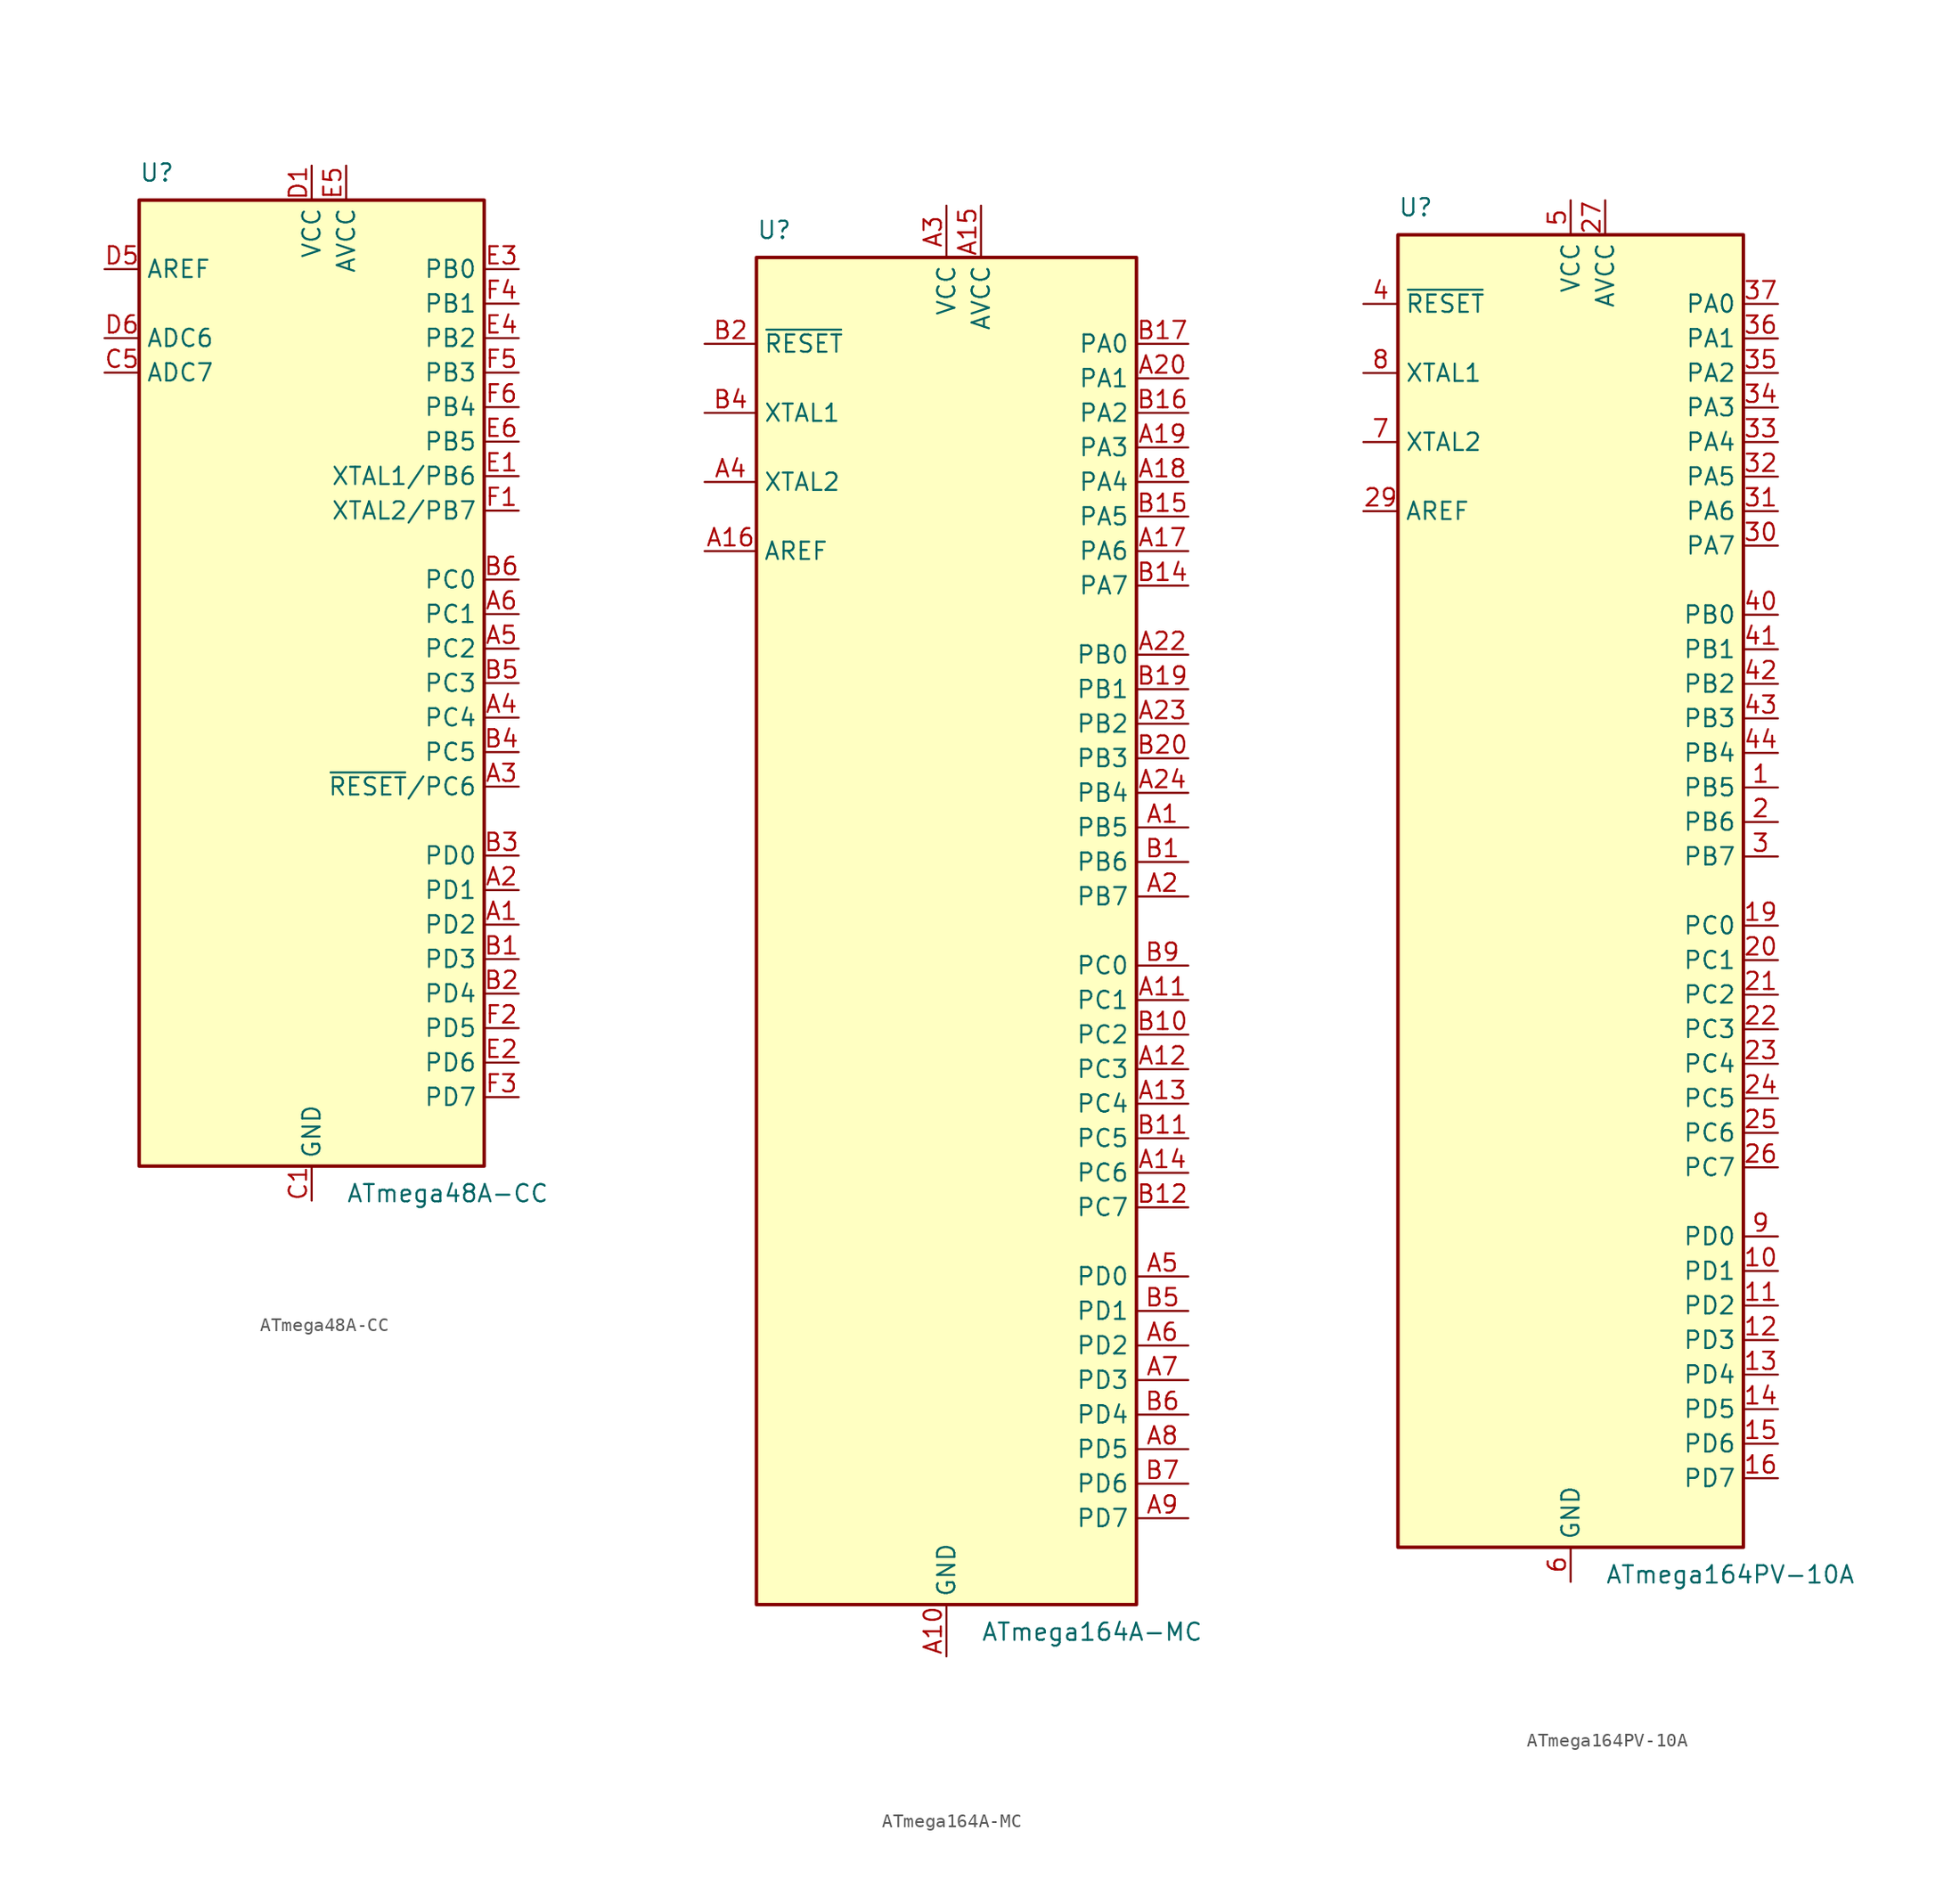
<source format=kicad_sym>
(kicad_symbol_lib
  (version 20211014)
  (generator kicad_symbol_editor)
  (symbol "ATmega48A-CC"
    (property "Reference" "U"
      (at -12.7 36.83 0)
      (effects (font (size 1.27 1.27)) (justify left bottom)))
    (property "Value" "ATmega48A-CC"
      (at 2.54 -36.83 0)
      (effects (font (size 1.27 1.27)) (justify left top)))
    (symbol "ATmega48A-CC_0_1"
      (rectangle (start -12.7 -35.56) (end 12.7 35.56) (stroke (width 0.254) (type default) (color 0 0 0 0)) (fill (type background))))
    (symbol "ATmega48A-CC_1_1"
      (pin bidirectional line (at 15.24 -17.78 180) (length 2.54) (name "PD2" (effects (font (size 1.27 1.27)))) (number "A1" (effects (font (size 1.27 1.27)))))
      (pin bidirectional line (at 15.24 -15.24 180) (length 2.54) (name "PD1" (effects (font (size 1.27 1.27)))) (number "A2" (effects (font (size 1.27 1.27)))))
      (pin bidirectional line (at 15.24 -7.62 180) (length 2.54) (name "~{RESET}/PC6" (effects (font (size 1.27 1.27)))) (number "A3" (effects (font (size 1.27 1.27)))))
      (pin bidirectional line (at 15.24 -2.54 180) (length 2.54) (name "PC4" (effects (font (size 1.27 1.27)))) (number "A4" (effects (font (size 1.27 1.27)))))
      (pin bidirectional line (at 15.24 2.54 180) (length 2.54) (name "PC2" (effects (font (size 1.27 1.27)))) (number "A5" (effects (font (size 1.27 1.27)))))
      (pin bidirectional line (at 15.24 5.08 180) (length 2.54) (name "PC1" (effects (font (size 1.27 1.27)))) (number "A6" (effects (font (size 1.27 1.27)))))
      (pin bidirectional line (at 15.24 -20.32 180) (length 2.54) (name "PD3" (effects (font (size 1.27 1.27)))) (number "B1" (effects (font (size 1.27 1.27)))))
      (pin bidirectional line (at 15.24 -22.86 180) (length 2.54) (name "PD4" (effects (font (size 1.27 1.27)))) (number "B2" (effects (font (size 1.27 1.27)))))
      (pin bidirectional line (at 15.24 -12.7 180) (length 2.54) (name "PD0" (effects (font (size 1.27 1.27)))) (number "B3" (effects (font (size 1.27 1.27)))))
      (pin bidirectional line (at 15.24 -5.08 180) (length 2.54) (name "PC5" (effects (font (size 1.27 1.27)))) (number "B4" (effects (font (size 1.27 1.27)))))
      (pin bidirectional line (at 15.24 0 180) (length 2.54) (name "PC3" (effects (font (size 1.27 1.27)))) (number "B5" (effects (font (size 1.27 1.27)))))
      (pin bidirectional line (at 15.24 7.62 180) (length 2.54) (name "PC0" (effects (font (size 1.27 1.27)))) (number "B6" (effects (font (size 1.27 1.27)))))
      (pin power_in line (at 0 -38.1 90) (length 2.54) (name "GND" (effects (font (size 1.27 1.27)))) (number "C1" (effects (font (size 1.27 1.27)))))
      (pin passive line (at 0 -38.1 90) (length 2.54) hide (name "GND" (effects (font (size 1.27 1.27)))) (number "C2" (effects (font (size 1.27 1.27)))))
      (pin input line (at -15.24 22.86 0) (length 2.54) (name "ADC7" (effects (font (size 1.27 1.27)))) (number "C5" (effects (font (size 1.27 1.27)))))
      (pin passive line (at 0 -38.1 90) (length 2.54) hide (name "GND" (effects (font (size 1.27 1.27)))) (number "C6" (effects (font (size 1.27 1.27)))))
      (pin power_in line (at 0 38.1 270) (length 2.54) (name "VCC" (effects (font (size 1.27 1.27)))) (number "D1" (effects (font (size 1.27 1.27)))))
      (pin passive line (at 0 38.1 270) (length 2.54) hide (name "VCC" (effects (font (size 1.27 1.27)))) (number "D2" (effects (font (size 1.27 1.27)))))
      (pin passive line (at -15.24 30.48 0) (length 2.54) (name "AREF" (effects (font (size 1.27 1.27)))) (number "D5" (effects (font (size 1.27 1.27)))))
      (pin input line (at -15.24 25.4 0) (length 2.54) (name "ADC6" (effects (font (size 1.27 1.27)))) (number "D6" (effects (font (size 1.27 1.27)))))
      (pin bidirectional line (at 15.24 15.24 180) (length 2.54) (name "XTAL1/PB6" (effects (font (size 1.27 1.27)))) (number "E1" (effects (font (size 1.27 1.27)))))
      (pin bidirectional line (at 15.24 -27.94 180) (length 2.54) (name "PD6" (effects (font (size 1.27 1.27)))) (number "E2" (effects (font (size 1.27 1.27)))))
      (pin bidirectional line (at 15.24 30.48 180) (length 2.54) (name "PB0" (effects (font (size 1.27 1.27)))) (number "E3" (effects (font (size 1.27 1.27)))))
      (pin bidirectional line (at 15.24 25.4 180) (length 2.54) (name "PB2" (effects (font (size 1.27 1.27)))) (number "E4" (effects (font (size 1.27 1.27)))))
      (pin power_in line (at 2.54 38.1 270) (length 2.54) (name "AVCC" (effects (font (size 1.27 1.27)))) (number "E5" (effects (font (size 1.27 1.27)))))
      (pin bidirectional line (at 15.24 17.78 180) (length 2.54) (name "PB5" (effects (font (size 1.27 1.27)))) (number "E6" (effects (font (size 1.27 1.27)))))
      (pin bidirectional line (at 15.24 12.7 180) (length 2.54) (name "XTAL2/PB7" (effects (font (size 1.27 1.27)))) (number "F1" (effects (font (size 1.27 1.27)))))
      (pin bidirectional line (at 15.24 -25.4 180) (length 2.54) (name "PD5" (effects (font (size 1.27 1.27)))) (number "F2" (effects (font (size 1.27 1.27)))))
      (pin bidirectional line (at 15.24 -30.48 180) (length 2.54) (name "PD7" (effects (font (size 1.27 1.27)))) (number "F3" (effects (font (size 1.27 1.27)))))
      (pin bidirectional line (at 15.24 27.94 180) (length 2.54) (name "PB1" (effects (font (size 1.27 1.27)))) (number "F4" (effects (font (size 1.27 1.27)))))
      (pin bidirectional line (at 15.24 22.86 180) (length 2.54) (name "PB3" (effects (font (size 1.27 1.27)))) (number "F5" (effects (font (size 1.27 1.27)))))
      (pin bidirectional line (at 15.24 20.32 180) (length 2.54) (name "PB4" (effects (font (size 1.27 1.27)))) (number "F6" (effects (font (size 1.27 1.27)))))))
  (symbol "ATmega164A-MC"
    (property "Reference" "U"
      (at -13.97 50.8 0)
      (effects (font (size 1.27 1.27)) (justify left bottom)))
    (property "Value" "ATmega164A-MC"
      (at 2.54 -50.8 0)
      (effects (font (size 1.27 1.27)) (justify left top)))
    (symbol "ATmega164A-MC_0_1"
      (rectangle (start -13.97 -49.53) (end 13.97 49.53) (stroke (width 0.254) (type default) (color 0 0 0 0)) (fill (type background))))
    (symbol "ATmega164A-MC_1_1"
      (pin bidirectional line (at 17.78 7.62 180) (length 3.81) (name "PB5" (effects (font (size 1.27 1.27)))) (number "A1" (effects (font (size 1.27 1.27)))))
      (pin power_in line (at 0 -53.34 90) (length 3.81) (name "GND" (effects (font (size 1.27 1.27)))) (number "A10" (effects (font (size 1.27 1.27)))))
      (pin bidirectional line (at 17.78 -5.08 180) (length 3.81) (name "PC1" (effects (font (size 1.27 1.27)))) (number "A11" (effects (font (size 1.27 1.27)))))
      (pin bidirectional line (at 17.78 -10.16 180) (length 3.81) (name "PC3" (effects (font (size 1.27 1.27)))) (number "A12" (effects (font (size 1.27 1.27)))))
      (pin bidirectional line (at 17.78 -12.7 180) (length 3.81) (name "PC4" (effects (font (size 1.27 1.27)))) (number "A13" (effects (font (size 1.27 1.27)))))
      (pin bidirectional line (at 17.78 -17.78 180) (length 3.81) (name "PC6" (effects (font (size 1.27 1.27)))) (number "A14" (effects (font (size 1.27 1.27)))))
      (pin power_in line (at 2.54 53.34 270) (length 3.81) (name "AVCC" (effects (font (size 1.27 1.27)))) (number "A15" (effects (font (size 1.27 1.27)))))
      (pin passive line (at -17.78 27.94 0) (length 3.81) (name "AREF" (effects (font (size 1.27 1.27)))) (number "A16" (effects (font (size 1.27 1.27)))))
      (pin bidirectional line (at 17.78 27.94 180) (length 3.81) (name "PA6" (effects (font (size 1.27 1.27)))) (number "A17" (effects (font (size 1.27 1.27)))))
      (pin bidirectional line (at 17.78 33.02 180) (length 3.81) (name "PA4" (effects (font (size 1.27 1.27)))) (number "A18" (effects (font (size 1.27 1.27)))))
      (pin bidirectional line (at 17.78 35.56 180) (length 3.81) (name "PA3" (effects (font (size 1.27 1.27)))) (number "A19" (effects (font (size 1.27 1.27)))))
      (pin bidirectional line (at 17.78 2.54 180) (length 3.81) (name "PB7" (effects (font (size 1.27 1.27)))) (number "A2" (effects (font (size 1.27 1.27)))))
      (pin bidirectional line (at 17.78 40.64 180) (length 3.81) (name "PA1" (effects (font (size 1.27 1.27)))) (number "A20" (effects (font (size 1.27 1.27)))))
      (pin passive line (at 0 53.34 270) (length 3.81) hide (name "VCC" (effects (font (size 1.27 1.27)))) (number "A21" (effects (font (size 1.27 1.27)))))
      (pin bidirectional line (at 17.78 20.32 180) (length 3.81) (name "PB0" (effects (font (size 1.27 1.27)))) (number "A22" (effects (font (size 1.27 1.27)))))
      (pin bidirectional line (at 17.78 15.24 180) (length 3.81) (name "PB2" (effects (font (size 1.27 1.27)))) (number "A23" (effects (font (size 1.27 1.27)))))
      (pin bidirectional line (at 17.78 10.16 180) (length 3.81) (name "PB4" (effects (font (size 1.27 1.27)))) (number "A24" (effects (font (size 1.27 1.27)))))
      (pin power_in line (at 0 53.34 270) (length 3.81) (name "VCC" (effects (font (size 1.27 1.27)))) (number "A3" (effects (font (size 1.27 1.27)))))
      (pin output line (at -17.78 33.02 0) (length 3.81) (name "XTAL2" (effects (font (size 1.27 1.27)))) (number "A4" (effects (font (size 1.27 1.27)))))
      (pin bidirectional line (at 17.78 -25.4 180) (length 3.81) (name "PD0" (effects (font (size 1.27 1.27)))) (number "A5" (effects (font (size 1.27 1.27)))))
      (pin bidirectional line (at 17.78 -30.48 180) (length 3.81) (name "PD2" (effects (font (size 1.27 1.27)))) (number "A6" (effects (font (size 1.27 1.27)))))
      (pin bidirectional line (at 17.78 -33.02 180) (length 3.81) (name "PD3" (effects (font (size 1.27 1.27)))) (number "A7" (effects (font (size 1.27 1.27)))))
      (pin bidirectional line (at 17.78 -38.1 180) (length 3.81) (name "PD5" (effects (font (size 1.27 1.27)))) (number "A8" (effects (font (size 1.27 1.27)))))
      (pin bidirectional line (at 17.78 -43.18 180) (length 3.81) (name "PD7" (effects (font (size 1.27 1.27)))) (number "A9" (effects (font (size 1.27 1.27)))))
      (pin bidirectional line (at 17.78 5.08 180) (length 3.81) (name "PB6" (effects (font (size 1.27 1.27)))) (number "B1" (effects (font (size 1.27 1.27)))))
      (pin bidirectional line (at 17.78 -7.62 180) (length 3.81) (name "PC2" (effects (font (size 1.27 1.27)))) (number "B10" (effects (font (size 1.27 1.27)))))
      (pin bidirectional line (at 17.78 -15.24 180) (length 3.81) (name "PC5" (effects (font (size 1.27 1.27)))) (number "B11" (effects (font (size 1.27 1.27)))))
      (pin bidirectional line (at 17.78 -20.32 180) (length 3.81) (name "PC7" (effects (font (size 1.27 1.27)))) (number "B12" (effects (font (size 1.27 1.27)))))
      (pin passive line (at 0 -53.34 90) (length 3.81) hide (name "GND" (effects (font (size 1.27 1.27)))) (number "B13" (effects (font (size 1.27 1.27)))))
      (pin bidirectional line (at 17.78 25.4 180) (length 3.81) (name "PA7" (effects (font (size 1.27 1.27)))) (number "B14" (effects (font (size 1.27 1.27)))))
      (pin bidirectional line (at 17.78 30.48 180) (length 3.81) (name "PA5" (effects (font (size 1.27 1.27)))) (number "B15" (effects (font (size 1.27 1.27)))))
      (pin bidirectional line (at 17.78 38.1 180) (length 3.81) (name "PA2" (effects (font (size 1.27 1.27)))) (number "B16" (effects (font (size 1.27 1.27)))))
      (pin bidirectional line (at 17.78 43.18 180) (length 3.81) (name "PA0" (effects (font (size 1.27 1.27)))) (number "B17" (effects (font (size 1.27 1.27)))))
      (pin passive line (at 0 -53.34 90) (length 3.81) hide (name "GND" (effects (font (size 1.27 1.27)))) (number "B18" (effects (font (size 1.27 1.27)))))
      (pin bidirectional line (at 17.78 17.78 180) (length 3.81) (name "PB1" (effects (font (size 1.27 1.27)))) (number "B19" (effects (font (size 1.27 1.27)))))
      (pin input line (at -17.78 43.18 0) (length 3.81) (name "~{RESET}" (effects (font (size 1.27 1.27)))) (number "B2" (effects (font (size 1.27 1.27)))))
      (pin bidirectional line (at 17.78 12.7 180) (length 3.81) (name "PB3" (effects (font (size 1.27 1.27)))) (number "B20" (effects (font (size 1.27 1.27)))))
      (pin passive line (at 0 -53.34 90) (length 3.81) hide (name "GND" (effects (font (size 1.27 1.27)))) (number "B3" (effects (font (size 1.27 1.27)))))
      (pin input line (at -17.78 38.1 0) (length 3.81) (name "XTAL1" (effects (font (size 1.27 1.27)))) (number "B4" (effects (font (size 1.27 1.27)))))
      (pin bidirectional line (at 17.78 -27.94 180) (length 3.81) (name "PD1" (effects (font (size 1.27 1.27)))) (number "B5" (effects (font (size 1.27 1.27)))))
      (pin bidirectional line (at 17.78 -35.56 180) (length 3.81) (name "PD4" (effects (font (size 1.27 1.27)))) (number "B6" (effects (font (size 1.27 1.27)))))
      (pin bidirectional line (at 17.78 -40.64 180) (length 3.81) (name "PD6" (effects (font (size 1.27 1.27)))) (number "B7" (effects (font (size 1.27 1.27)))))
      (pin passive line (at 0 53.34 270) (length 3.81) hide (name "VCC" (effects (font (size 1.27 1.27)))) (number "B8" (effects (font (size 1.27 1.27)))))
      (pin bidirectional line (at 17.78 -2.54 180) (length 3.81) (name "PC0" (effects (font (size 1.27 1.27)))) (number "B9" (effects (font (size 1.27 1.27)))))
      (pin passive line (at 0 -53.34 90) (length 3.81) hide (name "GND" (effects (font (size 1.27 1.27)))) (number "EP" (effects (font (size 1.27 1.27)))))))
  (symbol "ATmega164PV-10A"
    (property "Reference" "U"
      (at -12.7 49.53 0)
      (effects (font (size 1.27 1.27)) (justify left bottom)))
    (property "Value" "ATmega164PV-10A"
      (at 2.54 -49.53 0)
      (effects (font (size 1.27 1.27)) (justify left top)))
    (symbol "ATmega164PV-10A_0_1"
      (rectangle (start -12.7 -48.26) (end 12.7 48.26) (stroke (width 0.254) (type default) (color 0 0 0 0)) (fill (type background))))
    (symbol "ATmega164PV-10A_1_1"
      (pin bidirectional line (at 15.24 7.62 180) (length 2.54) (name "PB5" (effects (font (size 1.27 1.27)))) (number "1" (effects (font (size 1.27 1.27)))))
      (pin bidirectional line (at 15.24 -27.94 180) (length 2.54) (name "PD1" (effects (font (size 1.27 1.27)))) (number "10" (effects (font (size 1.27 1.27)))))
      (pin bidirectional line (at 15.24 -30.48 180) (length 2.54) (name "PD2" (effects (font (size 1.27 1.27)))) (number "11" (effects (font (size 1.27 1.27)))))
      (pin bidirectional line (at 15.24 -33.02 180) (length 2.54) (name "PD3" (effects (font (size 1.27 1.27)))) (number "12" (effects (font (size 1.27 1.27)))))
      (pin bidirectional line (at 15.24 -35.56 180) (length 2.54) (name "PD4" (effects (font (size 1.27 1.27)))) (number "13" (effects (font (size 1.27 1.27)))))
      (pin bidirectional line (at 15.24 -38.1 180) (length 2.54) (name "PD5" (effects (font (size 1.27 1.27)))) (number "14" (effects (font (size 1.27 1.27)))))
      (pin bidirectional line (at 15.24 -40.64 180) (length 2.54) (name "PD6" (effects (font (size 1.27 1.27)))) (number "15" (effects (font (size 1.27 1.27)))))
      (pin bidirectional line (at 15.24 -43.18 180) (length 2.54) (name "PD7" (effects (font (size 1.27 1.27)))) (number "16" (effects (font (size 1.27 1.27)))))
      (pin passive line (at 0 50.8 270) (length 2.54) hide (name "VCC" (effects (font (size 1.27 1.27)))) (number "17" (effects (font (size 1.27 1.27)))))
      (pin passive line (at 0 -50.8 90) (length 2.54) hide (name "GND" (effects (font (size 1.27 1.27)))) (number "18" (effects (font (size 1.27 1.27)))))
      (pin bidirectional line (at 15.24 -2.54 180) (length 2.54) (name "PC0" (effects (font (size 1.27 1.27)))) (number "19" (effects (font (size 1.27 1.27)))))
      (pin bidirectional line (at 15.24 5.08 180) (length 2.54) (name "PB6" (effects (font (size 1.27 1.27)))) (number "2" (effects (font (size 1.27 1.27)))))
      (pin bidirectional line (at 15.24 -5.08 180) (length 2.54) (name "PC1" (effects (font (size 1.27 1.27)))) (number "20" (effects (font (size 1.27 1.27)))))
      (pin bidirectional line (at 15.24 -7.62 180) (length 2.54) (name "PC2" (effects (font (size 1.27 1.27)))) (number "21" (effects (font (size 1.27 1.27)))))
      (pin bidirectional line (at 15.24 -10.16 180) (length 2.54) (name "PC3" (effects (font (size 1.27 1.27)))) (number "22" (effects (font (size 1.27 1.27)))))
      (pin bidirectional line (at 15.24 -12.7 180) (length 2.54) (name "PC4" (effects (font (size 1.27 1.27)))) (number "23" (effects (font (size 1.27 1.27)))))
      (pin bidirectional line (at 15.24 -15.24 180) (length 2.54) (name "PC5" (effects (font (size 1.27 1.27)))) (number "24" (effects (font (size 1.27 1.27)))))
      (pin bidirectional line (at 15.24 -17.78 180) (length 2.54) (name "PC6" (effects (font (size 1.27 1.27)))) (number "25" (effects (font (size 1.27 1.27)))))
      (pin bidirectional line (at 15.24 -20.32 180) (length 2.54) (name "PC7" (effects (font (size 1.27 1.27)))) (number "26" (effects (font (size 1.27 1.27)))))
      (pin power_in line (at 2.54 50.8 270) (length 2.54) (name "AVCC" (effects (font (size 1.27 1.27)))) (number "27" (effects (font (size 1.27 1.27)))))
      (pin passive line (at 0 -50.8 90) (length 2.54) hide (name "GND" (effects (font (size 1.27 1.27)))) (number "28" (effects (font (size 1.27 1.27)))))
      (pin passive line (at -15.24 27.94 0) (length 2.54) (name "AREF" (effects (font (size 1.27 1.27)))) (number "29" (effects (font (size 1.27 1.27)))))
      (pin bidirectional line (at 15.24 2.54 180) (length 2.54) (name "PB7" (effects (font (size 1.27 1.27)))) (number "3" (effects (font (size 1.27 1.27)))))
      (pin bidirectional line (at 15.24 25.4 180) (length 2.54) (name "PA7" (effects (font (size 1.27 1.27)))) (number "30" (effects (font (size 1.27 1.27)))))
      (pin bidirectional line (at 15.24 27.94 180) (length 2.54) (name "PA6" (effects (font (size 1.27 1.27)))) (number "31" (effects (font (size 1.27 1.27)))))
      (pin bidirectional line (at 15.24 30.48 180) (length 2.54) (name "PA5" (effects (font (size 1.27 1.27)))) (number "32" (effects (font (size 1.27 1.27)))))
      (pin bidirectional line (at 15.24 33.02 180) (length 2.54) (name "PA4" (effects (font (size 1.27 1.27)))) (number "33" (effects (font (size 1.27 1.27)))))
      (pin bidirectional line (at 15.24 35.56 180) (length 2.54) (name "PA3" (effects (font (size 1.27 1.27)))) (number "34" (effects (font (size 1.27 1.27)))))
      (pin bidirectional line (at 15.24 38.1 180) (length 2.54) (name "PA2" (effects (font (size 1.27 1.27)))) (number "35" (effects (font (size 1.27 1.27)))))
      (pin bidirectional line (at 15.24 40.64 180) (length 2.54) (name "PA1" (effects (font (size 1.27 1.27)))) (number "36" (effects (font (size 1.27 1.27)))))
      (pin bidirectional line (at 15.24 43.18 180) (length 2.54) (name "PA0" (effects (font (size 1.27 1.27)))) (number "37" (effects (font (size 1.27 1.27)))))
      (pin passive line (at 0 50.8 270) (length 2.54) hide (name "VCC" (effects (font (size 1.27 1.27)))) (number "38" (effects (font (size 1.27 1.27)))))
      (pin passive line (at 0 -50.8 90) (length 2.54) hide (name "GND" (effects (font (size 1.27 1.27)))) (number "39" (effects (font (size 1.27 1.27)))))
      (pin input line (at -15.24 43.18 0) (length 2.54) (name "~{RESET}" (effects (font (size 1.27 1.27)))) (number "4" (effects (font (size 1.27 1.27)))))
      (pin bidirectional line (at 15.24 20.32 180) (length 2.54) (name "PB0" (effects (font (size 1.27 1.27)))) (number "40" (effects (font (size 1.27 1.27)))))
      (pin bidirectional line (at 15.24 17.78 180) (length 2.54) (name "PB1" (effects (font (size 1.27 1.27)))) (number "41" (effects (font (size 1.27 1.27)))))
      (pin bidirectional line (at 15.24 15.24 180) (length 2.54) (name "PB2" (effects (font (size 1.27 1.27)))) (number "42" (effects (font (size 1.27 1.27)))))
      (pin bidirectional line (at 15.24 12.7 180) (length 2.54) (name "PB3" (effects (font (size 1.27 1.27)))) (number "43" (effects (font (size 1.27 1.27)))))
      (pin bidirectional line (at 15.24 10.16 180) (length 2.54) (name "PB4" (effects (font (size 1.27 1.27)))) (number "44" (effects (font (size 1.27 1.27)))))
      (pin power_in line (at 0 50.8 270) (length 2.54) (name "VCC" (effects (font (size 1.27 1.27)))) (number "5" (effects (font (size 1.27 1.27)))))
      (pin power_in line (at 0 -50.8 90) (length 2.54) (name "GND" (effects (font (size 1.27 1.27)))) (number "6" (effects (font (size 1.27 1.27)))))
      (pin output line (at -15.24 33.02 0) (length 2.54) (name "XTAL2" (effects (font (size 1.27 1.27)))) (number "7" (effects (font (size 1.27 1.27)))))
      (pin input line (at -15.24 38.1 0) (length 2.54) (name "XTAL1" (effects (font (size 1.27 1.27)))) (number "8" (effects (font (size 1.27 1.27)))))
      (pin bidirectional line (at 15.24 -25.4 180) (length 2.54) (name "PD0" (effects (font (size 1.27 1.27)))) (number "9" (effects (font (size 1.27 1.27))))))))
</source>
